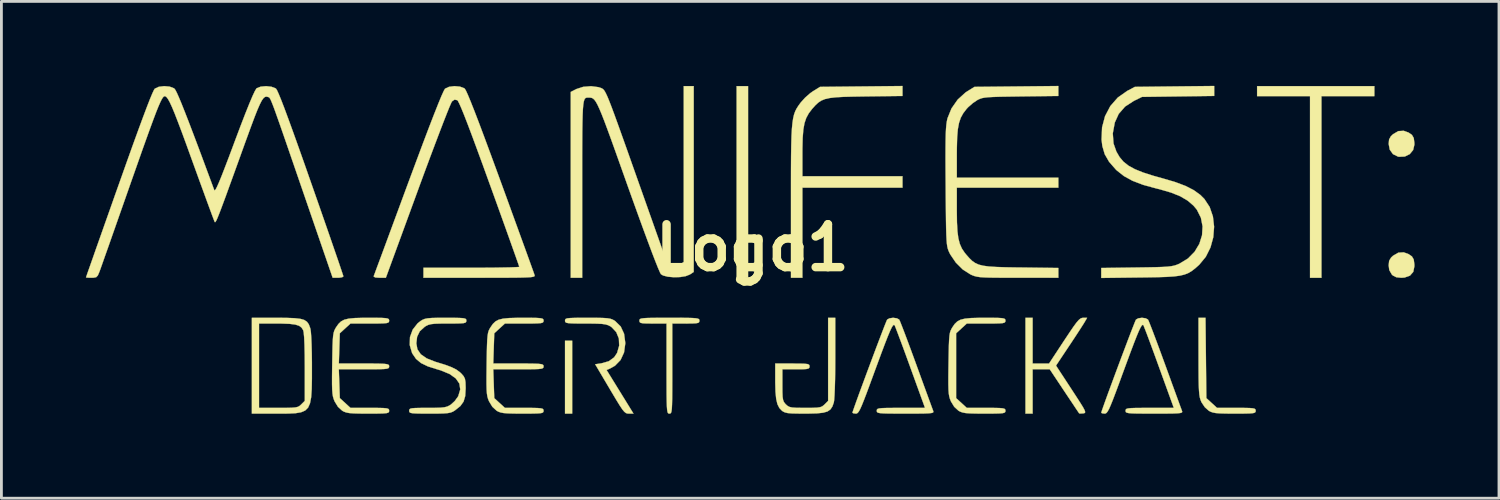
<source format=kicad_pcb>
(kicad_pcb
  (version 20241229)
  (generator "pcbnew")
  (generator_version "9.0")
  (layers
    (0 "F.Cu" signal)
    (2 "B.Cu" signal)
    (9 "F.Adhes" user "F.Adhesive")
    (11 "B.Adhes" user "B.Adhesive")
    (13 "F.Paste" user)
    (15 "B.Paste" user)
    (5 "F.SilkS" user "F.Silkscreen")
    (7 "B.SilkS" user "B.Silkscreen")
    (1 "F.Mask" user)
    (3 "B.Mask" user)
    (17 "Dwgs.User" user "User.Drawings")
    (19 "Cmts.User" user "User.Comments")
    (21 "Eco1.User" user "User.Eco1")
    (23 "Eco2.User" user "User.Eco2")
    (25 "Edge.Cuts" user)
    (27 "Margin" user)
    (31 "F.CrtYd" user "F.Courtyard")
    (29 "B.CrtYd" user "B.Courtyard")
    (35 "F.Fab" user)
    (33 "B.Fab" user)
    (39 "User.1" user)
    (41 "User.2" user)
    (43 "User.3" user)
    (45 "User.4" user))
  (footprint "Logo1"
    (layer "F.Cu")
    (at 23.678 5.751)
    (property "Reference" "Logo1" (at 0 0 0) (layer "F.SilkS") (effects (font (size 1.524 1.524) (thickness 0.3))))
    (attr through_hole)
    (fp_poly (pts (xy -6.401 5.893) (xy -6.655 5.893) (xy -6.655 3.302) (xy -6.401 3.302) (xy -6.401 5.893)) (stroke (width 0.01) (type solid)) (fill yes) (layer "F.SilkS"))
    (fp_poly (pts (xy -0.152 1.067) (xy -0.559 1.067) (xy -0.559 -5.74) (xy -0.152 -5.74) (xy -0.152 1.067)) (stroke (width 0.01) (type solid)) (fill yes) (layer "F.SilkS"))
    (fp_poly (pts (xy 22.098 -5.385) (xy 20.218 -5.385) (xy 20.218 1.067) (xy 19.812 1.067) (xy 19.812 -5.385) (xy 17.932 -5.385) (xy 17.932 -5.74) (xy 22.098 -5.74) (xy 22.098 -5.385)) (stroke (width 0.01) (type solid)) (fill yes) (layer "F.SilkS"))
    (fp_poly (pts (xy 23.314 -4.091) (xy 23.433 -4.009) (xy 23.497 -3.898) (xy 23.519 -3.727) (xy 23.52 -3.662) (xy 23.475 -3.472) (xy 23.355 -3.326) (xy 23.18 -3.24) (xy 22.973 -3.231) (xy 22.936 -3.238) (xy 22.758 -3.326) (xy 22.644 -3.485) (xy 22.606 -3.687) (xy 22.621 -3.846) (xy 22.683 -3.959) (xy 22.762 -4.034) (xy 22.949 -4.143) (xy 23.142 -4.154) (xy 23.314 -4.091)) (stroke (width 0.01) (type solid)) (fill yes) (layer "F.SilkS"))
    (fp_poly (pts (xy 23.314 0.227) (xy 23.433 0.309) (xy 23.497 0.42) (xy 23.519 0.591) (xy 23.52 0.656) (xy 23.481 0.855) (xy 23.363 0.991) (xy 23.171 1.059) (xy 23.056 1.067) (xy 22.879 1.049) (xy 22.757 0.988) (xy 22.716 0.949) (xy 22.627 0.792) (xy 22.606 0.624) (xy 22.623 0.465) (xy 22.691 0.35) (xy 22.762 0.284) (xy 22.949 0.175) (xy 23.142 0.164) (xy 23.314 0.227)) (stroke (width 0.01) (type solid)) (fill yes) (layer "F.SilkS"))
    (fp_poly (pts (xy 16.114 3.916) (xy 16.129 5.342) (xy 16.319 5.516) (xy 16.509 5.69) (xy 17.195 5.69) (xy 17.471 5.69) (xy 17.661 5.694) (xy 17.781 5.704) (xy 17.847 5.721) (xy 17.876 5.749) (xy 17.882 5.789) (xy 17.882 5.791) (xy 17.877 5.831) (xy 17.851 5.858) (xy 17.79 5.876) (xy 17.679 5.886) (xy 17.502 5.891) (xy 17.243 5.893) (xy 17.132 5.893) (xy 16.833 5.891) (xy 16.616 5.885) (xy 16.463 5.873) (xy 16.354 5.852) (xy 16.27 5.821) (xy 16.215 5.79) (xy 16.075 5.666) (xy 15.96 5.495) (xy 15.949 5.473) (xy 15.92 5.4) (xy 15.897 5.319) (xy 15.88 5.216) (xy 15.868 5.077) (xy 15.859 4.891) (xy 15.854 4.643) (xy 15.852 4.321) (xy 15.851 3.911) (xy 15.851 3.873) (xy 15.85 2.489) (xy 16.099 2.489) (xy 16.114 3.916)) (stroke (width 0.01) (type solid)) (fill yes) (layer "F.SilkS"))
    (fp_poly (pts (xy 9.957 4.115) (xy 10.541 4.113) (xy 11.074 3.302) (xy 11.263 3.018) (xy 11.406 2.808) (xy 11.513 2.662) (xy 11.594 2.569) (xy 11.657 2.516) (xy 11.712 2.494) (xy 11.75 2.49) (xy 11.893 2.489) (xy 11.801 2.647) (xy 11.742 2.742) (xy 11.638 2.904) (xy 11.502 3.113) (xy 11.345 3.351) (xy 11.249 3.495) (xy 10.788 4.187) (xy 11.338 5.027) (xy 11.525 5.314) (xy 11.662 5.527) (xy 11.754 5.677) (xy 11.806 5.777) (xy 11.824 5.836) (xy 11.814 5.867) (xy 11.78 5.88) (xy 11.756 5.884) (xy 11.653 5.891) (xy 11.61 5.884) (xy 11.579 5.838) (xy 11.501 5.722) (xy 11.385 5.548) (xy 11.239 5.33) (xy 11.081 5.093) (xy 10.565 4.318) (xy 9.957 4.318) (xy 9.957 5.893) (xy 9.703 5.893) (xy 9.703 2.489) (xy 9.957 2.489) (xy 9.957 4.115)) (stroke (width 0.01) (type solid)) (fill yes) (layer "F.SilkS"))
    (fp_poly (pts (xy 5.334 -5.392) (xy 4.026 -5.376) (xy 3.587 -5.369) (xy 3.237 -5.36) (xy 2.962 -5.344) (xy 2.748 -5.319) (xy 2.583 -5.282) (xy 2.452 -5.229) (xy 2.343 -5.157) (xy 2.242 -5.064) (xy 2.135 -4.945) (xy 2.121 -4.929) (xy 2.004 -4.775) (xy 1.915 -4.612) (xy 1.852 -4.424) (xy 1.811 -4.193) (xy 1.788 -3.902) (xy 1.779 -3.533) (xy 1.778 -3.372) (xy 1.778 -2.54) (xy 5.334 -2.54) (xy 5.334 -2.134) (xy 1.778 -2.134) (xy 1.778 1.067) (xy 1.372 1.067) (xy 1.372 -1.635) (xy 1.372 -2.27) (xy 1.373 -2.811) (xy 1.376 -3.269) (xy 1.382 -3.651) (xy 1.391 -3.967) (xy 1.405 -4.224) (xy 1.425 -4.432) (xy 1.45 -4.6) (xy 1.482 -4.735) (xy 1.523 -4.848) (xy 1.572 -4.946) (xy 1.631 -5.038) (xy 1.7 -5.133) (xy 1.72 -5.16) (xy 1.873 -5.33) (xy 2.056 -5.491) (xy 2.156 -5.561) (xy 2.405 -5.715) (xy 5.334 -5.745) (xy 5.334 -5.392)) (stroke (width 0.01) (type solid)) (fill yes) (layer "F.SilkS"))
    (fp_poly (pts (xy -2.592 2.49) (xy -2.326 2.491) (xy -2.136 2.496) (xy -2.009 2.505) (xy -1.933 2.519) (xy -1.895 2.539) (xy -1.881 2.567) (xy -1.88 2.591) (xy -1.887 2.638) (xy -1.921 2.668) (xy -2.002 2.684) (xy -2.147 2.691) (xy -2.362 2.692) (xy -2.845 2.692) (xy -2.845 4.293) (xy -2.845 4.737) (xy -2.846 5.091) (xy -2.848 5.364) (xy -2.853 5.567) (xy -2.86 5.71) (xy -2.871 5.803) (xy -2.886 5.858) (xy -2.906 5.884) (xy -2.931 5.892) (xy -2.946 5.893) (xy -2.975 5.89) (xy -2.997 5.874) (xy -3.014 5.836) (xy -3.027 5.763) (xy -3.036 5.647) (xy -3.042 5.476) (xy -3.046 5.241) (xy -3.047 4.93) (xy -3.048 4.533) (xy -3.048 4.293) (xy -3.048 2.692) (xy -3.531 2.692) (xy -3.755 2.691) (xy -3.896 2.684) (xy -3.974 2.667) (xy -4.007 2.636) (xy -4.013 2.591) (xy -4.009 2.557) (xy -3.989 2.532) (xy -3.94 2.514) (xy -3.849 2.502) (xy -3.704 2.494) (xy -3.491 2.491) (xy -3.198 2.489) (xy -2.946 2.489) (xy -2.592 2.49)) (stroke (width 0.01) (type solid)) (fill yes) (layer "F.SilkS"))
    (fp_poly (pts (xy -16.535 2.492) (xy -16.261 2.503) (xy -16.06 2.526) (xy -15.918 2.567) (xy -15.822 2.631) (xy -15.758 2.72) (xy -15.712 2.842) (xy -15.699 2.885) (xy -15.684 2.991) (xy -15.67 3.181) (xy -15.659 3.436) (xy -15.651 3.739) (xy -15.647 4.072) (xy -15.647 4.191) (xy -15.647 4.651) (xy -15.654 5.02) (xy -15.673 5.307) (xy -15.714 5.524) (xy -15.782 5.679) (xy -15.886 5.783) (xy -16.034 5.846) (xy -16.232 5.879) (xy -16.487 5.891) (xy -16.808 5.893) (xy -16.898 5.893) (xy -17.78 5.893) (xy -17.78 2.692) (xy -17.526 2.692) (xy -17.526 5.69) (xy -16.838 5.69) (xy -16.56 5.689) (xy -16.365 5.684) (xy -16.234 5.673) (xy -16.147 5.653) (xy -16.086 5.62) (xy -16.032 5.572) (xy -16.025 5.565) (xy -15.9 5.44) (xy -15.9 4.246) (xy -15.903 3.808) (xy -15.911 3.451) (xy -15.923 3.18) (xy -15.94 3.002) (xy -15.957 2.929) (xy -16.015 2.838) (xy -16.104 2.772) (xy -16.24 2.729) (xy -16.438 2.704) (xy -16.713 2.694) (xy -16.893 2.692) (xy -17.526 2.692) (xy -17.78 2.692) (xy -17.78 2.489) (xy -16.898 2.489) (xy -16.535 2.492)) (stroke (width 0.01) (type solid)) (fill yes) (layer "F.SilkS"))
    (fp_poly (pts (xy -5.543 2.49) (xy -5.32 2.494) (xy -5.163 2.504) (xy -5.053 2.521) (xy -4.972 2.548) (xy -4.902 2.586) (xy -4.876 2.603) (xy -4.677 2.798) (xy -4.557 3.056) (xy -4.514 3.379) (xy -4.514 3.399) (xy -4.558 3.72) (xy -4.681 3.987) (xy -4.879 4.191) (xy -5.056 4.291) (xy -5.179 4.343) (xy -4.701 5.118) (xy -4.223 5.893) (xy -4.385 5.893) (xy -4.443 5.889) (xy -4.495 5.871) (xy -4.55 5.826) (xy -4.618 5.744) (xy -4.706 5.613) (xy -4.824 5.422) (xy -4.981 5.159) (xy -5.066 5.016) (xy -5.584 4.14) (xy -5.363 4.107) (xy -5.099 4.032) (xy -4.909 3.893) (xy -4.805 3.736) (xy -4.731 3.479) (xy -4.742 3.225) (xy -4.835 2.998) (xy -5.002 2.82) (xy -5.044 2.792) (xy -5.122 2.752) (xy -5.215 2.724) (xy -5.341 2.706) (xy -5.521 2.697) (xy -5.773 2.693) (xy -5.931 2.693) (xy -6.215 2.692) (xy -6.413 2.688) (xy -6.541 2.679) (xy -6.613 2.663) (xy -6.646 2.638) (xy -6.655 2.601) (xy -6.655 2.591) (xy -6.65 2.553) (xy -6.626 2.525) (xy -6.568 2.507) (xy -6.461 2.497) (xy -6.29 2.491) (xy -6.042 2.489) (xy -5.85 2.489) (xy -5.543 2.49)) (stroke (width 0.01) (type solid)) (fill yes) (layer "F.SilkS"))
    (fp_poly (pts (xy 2.946 3.899) (xy 2.944 4.303) (xy 2.939 4.67) (xy 2.93 4.988) (xy 2.919 5.242) (xy 2.906 5.419) (xy 2.894 5.497) (xy 2.843 5.641) (xy 2.773 5.745) (xy 2.669 5.817) (xy 2.514 5.861) (xy 2.294 5.884) (xy 1.993 5.892) (xy 1.88 5.893) (xy 1.595 5.891) (xy 1.393 5.886) (xy 1.254 5.873) (xy 1.16 5.851) (xy 1.09 5.818) (xy 1.05 5.789) (xy 0.958 5.692) (xy 0.891 5.558) (xy 0.847 5.372) (xy 0.822 5.118) (xy 0.813 4.782) (xy 0.813 4.712) (xy 0.813 4.115) (xy 1.422 4.115) (xy 1.68 4.116) (xy 1.852 4.121) (xy 1.957 4.132) (xy 2.011 4.153) (xy 2.03 4.186) (xy 2.032 4.216) (xy 2.025 4.264) (xy 1.99 4.293) (xy 1.91 4.31) (xy 1.765 4.317) (xy 1.549 4.318) (xy 1.067 4.318) (xy 1.067 4.879) (xy 1.068 5.127) (xy 1.075 5.296) (xy 1.092 5.406) (xy 1.122 5.481) (xy 1.169 5.542) (xy 1.191 5.565) (xy 1.253 5.62) (xy 1.32 5.655) (xy 1.414 5.676) (xy 1.558 5.686) (xy 1.774 5.689) (xy 1.88 5.69) (xy 2.128 5.688) (xy 2.297 5.681) (xy 2.408 5.665) (xy 2.483 5.635) (xy 2.544 5.588) (xy 2.568 5.565) (xy 2.692 5.44) (xy 2.692 2.489) (xy 2.946 2.489) (xy 2.946 3.899)) (stroke (width 0.01) (type solid)) (fill yes) (layer "F.SilkS"))
    (fp_poly (pts (xy 8.54 2.49) (xy 8.742 2.493) (xy 8.872 2.502) (xy 8.947 2.517) (xy 8.982 2.542) (xy 8.991 2.578) (xy 8.992 2.591) (xy 8.986 2.632) (xy 8.959 2.66) (xy 8.895 2.678) (xy 8.778 2.687) (xy 8.591 2.692) (xy 8.32 2.692) (xy 8.305 2.692) (xy 7.619 2.692) (xy 7.429 2.866) (xy 7.239 3.04) (xy 7.239 5.342) (xy 7.429 5.516) (xy 7.619 5.69) (xy 8.305 5.69) (xy 8.581 5.69) (xy 8.771 5.694) (xy 8.891 5.704) (xy 8.957 5.721) (xy 8.986 5.749) (xy 8.992 5.789) (xy 8.992 5.791) (xy 8.987 5.831) (xy 8.961 5.858) (xy 8.9 5.876) (xy 8.789 5.886) (xy 8.612 5.891) (xy 8.353 5.893) (xy 8.242 5.893) (xy 7.943 5.891) (xy 7.727 5.885) (xy 7.573 5.873) (xy 7.464 5.852) (xy 7.381 5.821) (xy 7.324 5.79) (xy 7.172 5.651) (xy 7.054 5.457) (xy 7.021 5.374) (xy 6.996 5.286) (xy 6.978 5.179) (xy 6.968 5.038) (xy 6.963 4.846) (xy 6.963 4.588) (xy 6.967 4.249) (xy 6.969 4.125) (xy 6.975 3.761) (xy 6.981 3.484) (xy 6.99 3.279) (xy 7.002 3.13) (xy 7.019 3.024) (xy 7.044 2.944) (xy 7.077 2.877) (xy 7.104 2.831) (xy 7.189 2.708) (xy 7.282 2.619) (xy 7.398 2.557) (xy 7.555 2.519) (xy 7.77 2.498) (xy 8.06 2.49) (xy 8.252 2.489) (xy 8.54 2.49)) (stroke (width 0.01) (type solid)) (fill yes) (layer "F.SilkS"))
    (fp_poly (pts (xy -2.083 0.861) (xy -2.22 0.951) (xy -2.366 1.009) (xy -2.567 1.042) (xy -2.788 1.048) (xy -3 1.03) (xy -3.169 0.987) (xy -3.248 0.94) (xy -3.284 0.872) (xy -3.352 0.715) (xy -3.448 0.475) (xy -3.57 0.158) (xy -3.715 -0.23) (xy -3.882 -0.682) (xy -4.067 -1.191) (xy -4.269 -1.751) (xy -4.427 -2.193) (xy -4.649 -2.818) (xy -4.84 -3.354) (xy -5.003 -3.808) (xy -5.141 -4.186) (xy -5.257 -4.497) (xy -5.354 -4.745) (xy -5.436 -4.939) (xy -5.504 -5.085) (xy -5.563 -5.189) (xy -5.615 -5.26) (xy -5.664 -5.303) (xy -5.712 -5.325) (xy -5.762 -5.333) (xy -5.819 -5.334) (xy -5.834 -5.334) (xy -5.877 -5.333) (xy -5.913 -5.325) (xy -5.944 -5.302) (xy -5.969 -5.258) (xy -5.99 -5.185) (xy -6.007 -5.075) (xy -6.02 -4.922) (xy -6.029 -4.718) (xy -6.036 -4.455) (xy -6.041 -4.127) (xy -6.043 -3.726) (xy -6.045 -3.244) (xy -6.045 -2.675) (xy -6.045 -2.073) (xy -6.045 1.067) (xy -6.452 1.067) (xy -6.452 -5.535) (xy -6.25 -5.638) (xy -6.009 -5.716) (xy -5.73 -5.739) (xy -5.464 -5.704) (xy -5.369 -5.672) (xy -5.336 -5.656) (xy -5.304 -5.634) (xy -5.271 -5.6) (xy -5.235 -5.545) (xy -5.192 -5.462) (xy -5.139 -5.346) (xy -5.075 -5.188) (xy -4.995 -4.981) (xy -4.898 -4.72) (xy -4.78 -4.395) (xy -4.639 -4.001) (xy -4.471 -3.531) (xy -4.275 -2.977) (xy -4.114 -2.522) (xy -3.023 0.558) (xy -2.856 0.614) (xy -2.717 0.643) (xy -2.608 0.614) (xy -2.563 0.588) (xy -2.438 0.506) (xy -2.438 -5.74) (xy -2.083 -5.74) (xy -2.083 0.861)) (stroke (width 0.01) (type solid)) (fill yes) (layer "F.SilkS"))
    (fp_poly (pts (xy 16.408 -5.393) (xy 13.843 -5.359) (xy 13.552 -5.216) (xy 13.242 -5.015) (xy 13.016 -4.756) (xy 12.876 -4.448) (xy 12.805 -4.062) (xy 12.831 -3.704) (xy 12.933 -3.415) (xy 13.046 -3.221) (xy 13.184 -3.057) (xy 13.36 -2.917) (xy 13.587 -2.792) (xy 13.878 -2.674) (xy 14.247 -2.556) (xy 14.574 -2.465) (xy 15.026 -2.332) (xy 15.39 -2.195) (xy 15.681 -2.046) (xy 15.912 -1.879) (xy 16.057 -1.735) (xy 16.247 -1.447) (xy 16.362 -1.111) (xy 16.404 -0.746) (xy 16.375 -0.373) (xy 16.276 -0.011) (xy 16.11 0.321) (xy 15.877 0.603) (xy 15.867 0.612) (xy 15.735 0.73) (xy 15.614 0.824) (xy 15.492 0.897) (xy 15.354 0.952) (xy 15.188 0.992) (xy 14.978 1.019) (xy 14.713 1.036) (xy 14.379 1.047) (xy 13.961 1.054) (xy 13.78 1.056) (xy 12.395 1.073) (xy 12.395 0.719) (xy 13.652 0.702) (xy 14.045 0.696) (xy 14.351 0.69) (xy 14.584 0.682) (xy 14.758 0.671) (xy 14.889 0.655) (xy 14.991 0.634) (xy 15.078 0.606) (xy 15.165 0.57) (xy 15.175 0.565) (xy 15.476 0.382) (xy 15.712 0.142) (xy 15.88 -0.138) (xy 15.976 -0.444) (xy 15.995 -0.758) (xy 15.935 -1.066) (xy 15.792 -1.351) (xy 15.672 -1.495) (xy 15.462 -1.675) (xy 15.202 -1.828) (xy 14.876 -1.959) (xy 14.469 -2.078) (xy 14.345 -2.108) (xy 13.884 -2.234) (xy 13.508 -2.377) (xy 13.202 -2.545) (xy 12.948 -2.745) (xy 12.908 -2.784) (xy 12.673 -3.054) (xy 12.519 -3.321) (xy 12.433 -3.615) (xy 12.406 -3.843) (xy 12.424 -4.275) (xy 12.53 -4.675) (xy 12.718 -5.033) (xy 12.982 -5.335) (xy 13.315 -5.57) (xy 13.33 -5.578) (xy 13.589 -5.715) (xy 14.999 -5.731) (xy 16.408 -5.746) (xy 16.408 -5.393)) (stroke (width 0.01) (type solid)) (fill yes) (layer "F.SilkS"))
    (fp_poly (pts (xy -13.355 2.49) (xy -13.153 2.493) (xy -13.023 2.502) (xy -12.948 2.517) (xy -12.913 2.542) (xy -12.903 2.578) (xy -12.903 2.591) (xy -12.909 2.632) (xy -12.936 2.66) (xy -13 2.678) (xy -13.117 2.687) (xy -13.304 2.692) (xy -13.575 2.692) (xy -13.59 2.692) (xy -14.276 2.692) (xy -14.466 2.866) (xy -14.656 3.04) (xy -14.673 3.577) (xy -14.69 4.115) (xy -13.797 4.115) (xy -13.476 4.115) (xy -13.243 4.118) (xy -13.083 4.124) (xy -12.984 4.136) (xy -12.93 4.154) (xy -12.907 4.18) (xy -12.903 4.216) (xy -12.908 4.253) (xy -12.93 4.279) (xy -12.985 4.298) (xy -13.085 4.309) (xy -13.246 4.315) (xy -13.48 4.318) (xy -13.797 4.318) (xy -14.691 4.318) (xy -14.673 4.83) (xy -14.656 5.342) (xy -14.466 5.516) (xy -14.276 5.69) (xy -13.59 5.69) (xy -13.314 5.69) (xy -13.124 5.694) (xy -13.004 5.704) (xy -12.937 5.721) (xy -12.909 5.749) (xy -12.903 5.789) (xy -12.903 5.791) (xy -12.908 5.831) (xy -12.934 5.858) (xy -12.994 5.876) (xy -13.106 5.886) (xy -13.283 5.891) (xy -13.542 5.893) (xy -13.652 5.893) (xy -13.952 5.891) (xy -14.168 5.885) (xy -14.322 5.873) (xy -14.43 5.852) (xy -14.514 5.821) (xy -14.57 5.79) (xy -14.722 5.651) (xy -14.841 5.457) (xy -14.874 5.374) (xy -14.899 5.286) (xy -14.916 5.179) (xy -14.927 5.038) (xy -14.932 4.846) (xy -14.932 4.588) (xy -14.928 4.249) (xy -14.926 4.125) (xy -14.92 3.761) (xy -14.914 3.484) (xy -14.905 3.279) (xy -14.893 3.13) (xy -14.875 3.024) (xy -14.851 2.944) (xy -14.818 2.877) (xy -14.791 2.831) (xy -14.705 2.708) (xy -14.613 2.619) (xy -14.497 2.557) (xy -14.34 2.519) (xy -14.125 2.498) (xy -13.835 2.49) (xy -13.642 2.489) (xy -13.355 2.49)) (stroke (width 0.01) (type solid)) (fill yes) (layer "F.SilkS"))
    (fp_poly (pts (xy -7.868 2.49) (xy -7.667 2.493) (xy -7.536 2.502) (xy -7.461 2.517) (xy -7.427 2.542) (xy -7.417 2.578) (xy -7.417 2.591) (xy -7.422 2.632) (xy -7.449 2.66) (xy -7.513 2.678) (xy -7.631 2.687) (xy -7.817 2.692) (xy -8.089 2.692) (xy -8.103 2.692) (xy -8.79 2.692) (xy -8.98 2.866) (xy -9.169 3.04) (xy -9.187 3.577) (xy -9.204 4.115) (xy -8.31 4.115) (xy -7.99 4.115) (xy -7.756 4.118) (xy -7.597 4.124) (xy -7.497 4.136) (xy -7.443 4.154) (xy -7.421 4.18) (xy -7.417 4.216) (xy -7.421 4.253) (xy -7.444 4.279) (xy -7.498 4.298) (xy -7.599 4.309) (xy -7.759 4.315) (xy -7.994 4.318) (xy -8.311 4.318) (xy -9.204 4.318) (xy -9.187 4.83) (xy -9.169 5.342) (xy -8.98 5.516) (xy -8.79 5.69) (xy -8.103 5.69) (xy -7.828 5.69) (xy -7.638 5.694) (xy -7.517 5.704) (xy -7.451 5.721) (xy -7.423 5.749) (xy -7.417 5.789) (xy -7.417 5.791) (xy -7.422 5.831) (xy -7.447 5.858) (xy -7.508 5.876) (xy -7.619 5.886) (xy -7.797 5.891) (xy -8.055 5.893) (xy -8.166 5.893) (xy -8.465 5.891) (xy -8.682 5.885) (xy -8.835 5.873) (xy -8.944 5.852) (xy -9.028 5.821) (xy -9.084 5.79) (xy -9.236 5.651) (xy -9.354 5.457) (xy -9.388 5.374) (xy -9.413 5.286) (xy -9.43 5.179) (xy -9.44 5.038) (xy -9.445 4.846) (xy -9.445 4.588) (xy -9.441 4.249) (xy -9.44 4.125) (xy -9.434 3.761) (xy -9.427 3.484) (xy -9.419 3.279) (xy -9.406 3.13) (xy -9.389 3.024) (xy -9.365 2.944) (xy -9.332 2.877) (xy -9.304 2.831) (xy -9.219 2.708) (xy -9.127 2.619) (xy -9.011 2.557) (xy -8.854 2.519) (xy -8.639 2.498) (xy -8.348 2.49) (xy -8.156 2.489) (xy -7.868 2.49)) (stroke (width 0.01) (type solid)) (fill yes) (layer "F.SilkS"))
    (fp_poly (pts (xy 5.133 2.507) (xy 5.216 2.551) (xy 5.217 2.553) (xy 5.246 2.614) (xy 5.304 2.76) (xy 5.388 2.977) (xy 5.493 3.255) (xy 5.614 3.58) (xy 5.747 3.942) (xy 5.829 4.166) (xy 5.966 4.544) (xy 6.094 4.895) (xy 6.208 5.206) (xy 6.302 5.464) (xy 6.373 5.658) (xy 6.417 5.776) (xy 6.427 5.804) (xy 6.433 5.834) (xy 6.415 5.857) (xy 6.361 5.872) (xy 6.257 5.883) (xy 6.093 5.889) (xy 5.855 5.892) (xy 5.53 5.893) (xy 5.441 5.893) (xy 5.095 5.892) (xy 4.837 5.89) (xy 4.655 5.885) (xy 4.535 5.876) (xy 4.465 5.861) (xy 4.431 5.84) (xy 4.42 5.81) (xy 4.42 5.791) (xy 4.424 5.754) (xy 4.447 5.727) (xy 4.503 5.709) (xy 4.606 5.698) (xy 4.771 5.692) (xy 5.011 5.69) (xy 5.277 5.69) (xy 6.134 5.69) (xy 5.606 4.233) (xy 5.474 3.869) (xy 5.352 3.536) (xy 5.244 3.247) (xy 5.156 3.013) (xy 5.092 2.846) (xy 5.055 2.757) (xy 5.05 2.747) (xy 5.025 2.74) (xy 4.992 2.768) (xy 4.948 2.839) (xy 4.89 2.962) (xy 4.814 3.144) (xy 4.716 3.394) (xy 4.593 3.719) (xy 4.442 4.127) (xy 4.344 4.393) (xy 4.19 4.812) (xy 4.067 5.145) (xy 3.968 5.403) (xy 3.892 5.593) (xy 3.832 5.728) (xy 3.784 5.815) (xy 3.745 5.865) (xy 3.71 5.888) (xy 3.676 5.893) (xy 3.584 5.881) (xy 3.556 5.861) (xy 3.573 5.803) (xy 3.622 5.662) (xy 3.696 5.454) (xy 3.791 5.191) (xy 3.903 4.888) (xy 4.025 4.557) (xy 4.153 4.213) (xy 4.282 3.868) (xy 4.406 3.537) (xy 4.522 3.232) (xy 4.623 2.968) (xy 4.704 2.758) (xy 4.762 2.615) (xy 4.789 2.553) (xy 4.79 2.553) (xy 4.871 2.508) (xy 5 2.489) (xy 5.004 2.489) (xy 5.133 2.507)) (stroke (width 0.01) (type solid)) (fill yes) (layer "F.SilkS"))
    (fp_poly (pts (xy 10.871 -5.392) (xy 9.538 -5.376) (xy 9.133 -5.37) (xy 8.816 -5.365) (xy 8.574 -5.357) (xy 8.393 -5.348) (xy 8.261 -5.334) (xy 8.163 -5.316) (xy 8.087 -5.291) (xy 8.018 -5.26) (xy 7.994 -5.247) (xy 7.831 -5.137) (xy 7.665 -4.991) (xy 7.608 -4.929) (xy 7.492 -4.778) (xy 7.404 -4.618) (xy 7.342 -4.435) (xy 7.3 -4.21) (xy 7.276 -3.927) (xy 7.266 -3.568) (xy 7.264 -3.347) (xy 7.264 -2.489) (xy 10.871 -2.489) (xy 10.871 -2.134) (xy 7.264 -2.134) (xy 7.264 -1.305) (xy 7.269 -0.904) (xy 7.286 -0.587) (xy 7.318 -0.338) (xy 7.37 -0.138) (xy 7.444 0.029) (xy 7.545 0.18) (xy 7.599 0.245) (xy 7.708 0.369) (xy 7.809 0.467) (xy 7.916 0.542) (xy 8.041 0.599) (xy 8.199 0.639) (xy 8.401 0.666) (xy 8.662 0.683) (xy 8.994 0.694) (xy 9.411 0.701) (xy 9.538 0.702) (xy 10.871 0.719) (xy 10.871 1.067) (xy 9.436 1.066) (xy 9.016 1.066) (xy 8.684 1.064) (xy 8.427 1.061) (xy 8.233 1.054) (xy 8.089 1.044) (xy 7.98 1.028) (xy 7.895 1.007) (xy 7.82 0.98) (xy 7.747 0.947) (xy 7.476 0.774) (xy 7.229 0.528) (xy 7.032 0.238) (xy 6.992 0.159) (xy 6.965 0.097) (xy 6.943 0.033) (xy 6.925 -0.045) (xy 6.911 -0.145) (xy 6.9 -0.28) (xy 6.891 -0.458) (xy 6.884 -0.689) (xy 6.879 -0.985) (xy 6.875 -1.355) (xy 6.87 -1.809) (xy 6.868 -2.184) (xy 6.864 -2.718) (xy 6.862 -3.16) (xy 6.863 -3.521) (xy 6.866 -3.811) (xy 6.871 -4.042) (xy 6.88 -4.222) (xy 6.892 -4.364) (xy 6.907 -4.476) (xy 6.926 -4.569) (xy 6.934 -4.601) (xy 7.075 -4.949) (xy 7.295 -5.263) (xy 7.572 -5.515) (xy 7.642 -5.561) (xy 7.891 -5.715) (xy 9.381 -5.73) (xy 10.871 -5.745) (xy 10.871 -5.392)) (stroke (width 0.01) (type solid)) (fill yes) (layer "F.SilkS"))
    (fp_poly (pts (xy 13.972 2.507) (xy 14.055 2.551) (xy 14.056 2.553) (xy 14.085 2.614) (xy 14.143 2.76) (xy 14.227 2.977) (xy 14.332 3.255) (xy 14.453 3.58) (xy 14.586 3.942) (xy 14.668 4.166) (xy 14.806 4.544) (xy 14.933 4.895) (xy 15.047 5.206) (xy 15.141 5.464) (xy 15.212 5.658) (xy 15.256 5.776) (xy 15.266 5.804) (xy 15.272 5.834) (xy 15.254 5.857) (xy 15.2 5.872) (xy 15.097 5.883) (xy 14.932 5.889) (xy 14.694 5.892) (xy 14.369 5.893) (xy 14.28 5.893) (xy 13.934 5.892) (xy 13.676 5.89) (xy 13.494 5.885) (xy 13.375 5.876) (xy 13.304 5.861) (xy 13.27 5.84) (xy 13.26 5.81) (xy 13.259 5.791) (xy 13.263 5.754) (xy 13.287 5.727) (xy 13.343 5.709) (xy 13.446 5.698) (xy 13.61 5.692) (xy 13.85 5.69) (xy 14.116 5.69) (xy 14.973 5.69) (xy 14.445 4.233) (xy 14.313 3.869) (xy 14.191 3.536) (xy 14.084 3.247) (xy 13.996 3.013) (xy 13.931 2.846) (xy 13.895 2.757) (xy 13.889 2.747) (xy 13.864 2.74) (xy 13.831 2.768) (xy 13.788 2.839) (xy 13.729 2.962) (xy 13.653 3.144) (xy 13.555 3.394) (xy 13.432 3.719) (xy 13.281 4.127) (xy 13.183 4.393) (xy 13.03 4.812) (xy 12.906 5.145) (xy 12.808 5.403) (xy 12.731 5.593) (xy 12.671 5.728) (xy 12.623 5.815) (xy 12.584 5.865) (xy 12.549 5.888) (xy 12.515 5.893) (xy 12.423 5.881) (xy 12.395 5.861) (xy 12.412 5.803) (xy 12.461 5.662) (xy 12.535 5.454) (xy 12.63 5.191) (xy 12.742 4.888) (xy 12.864 4.557) (xy 12.992 4.213) (xy 13.121 3.868) (xy 13.246 3.537) (xy 13.361 3.232) (xy 13.462 2.968) (xy 13.544 2.758) (xy 13.601 2.615) (xy 13.629 2.553) (xy 13.629 2.553) (xy 13.71 2.508) (xy 13.839 2.489) (xy 13.843 2.489) (xy 13.972 2.507)) (stroke (width 0.01) (type solid)) (fill yes) (layer "F.SilkS"))
    (fp_poly (pts (xy -10.604 2.49) (xy -10.404 2.494) (xy -10.276 2.502) (xy -10.202 2.518) (xy -10.169 2.543) (xy -10.16 2.58) (xy -10.16 2.591) (xy -10.166 2.632) (xy -10.193 2.661) (xy -10.26 2.679) (xy -10.381 2.688) (xy -10.573 2.692) (xy -10.813 2.692) (xy -11.087 2.694) (xy -11.281 2.7) (xy -11.416 2.715) (xy -11.512 2.74) (xy -11.592 2.779) (xy -11.638 2.808) (xy -11.815 2.968) (xy -11.91 3.163) (xy -11.937 3.396) (xy -11.899 3.609) (xy -11.778 3.786) (xy -11.569 3.931) (xy -11.267 4.05) (xy -11.223 4.063) (xy -10.916 4.158) (xy -10.688 4.243) (xy -10.519 4.327) (xy -10.391 4.421) (xy -10.329 4.48) (xy -10.254 4.568) (xy -10.211 4.656) (xy -10.191 4.777) (xy -10.185 4.962) (xy -10.185 5.003) (xy -10.201 5.268) (xy -10.259 5.465) (xy -10.372 5.623) (xy -10.556 5.771) (xy -10.566 5.779) (xy -10.64 5.824) (xy -10.719 5.855) (xy -10.822 5.875) (xy -10.97 5.887) (xy -11.181 5.892) (xy -11.463 5.893) (xy -11.748 5.892) (xy -11.948 5.888) (xy -12.076 5.88) (xy -12.15 5.864) (xy -12.183 5.839) (xy -12.192 5.802) (xy -12.192 5.791) (xy -12.186 5.75) (xy -12.159 5.721) (xy -12.092 5.703) (xy -11.971 5.694) (xy -11.779 5.69) (xy -11.539 5.69) (xy -11.265 5.688) (xy -11.07 5.682) (xy -10.935 5.667) (xy -10.838 5.642) (xy -10.757 5.602) (xy -10.714 5.575) (xy -10.576 5.45) (xy -10.46 5.292) (xy -10.445 5.263) (xy -10.377 5.034) (xy -10.408 4.827) (xy -10.535 4.643) (xy -10.755 4.486) (xy -11.068 4.357) (xy -11.201 4.318) (xy -11.528 4.215) (xy -11.77 4.097) (xy -11.947 3.951) (xy -12.074 3.766) (xy -12.091 3.733) (xy -12.172 3.456) (xy -12.163 3.174) (xy -12.067 2.91) (xy -11.892 2.686) (xy -11.788 2.604) (xy -11.713 2.558) (xy -11.634 2.527) (xy -11.53 2.507) (xy -11.382 2.495) (xy -11.171 2.49) (xy -10.889 2.489) (xy -10.604 2.49)) (stroke (width 0.01) (type solid)) (fill yes) (layer "F.SilkS"))
    (fp_poly (pts (xy -10.39 -5.724) (xy -10.236 -5.666) (xy -10.218 -5.652) (xy -10.177 -5.586) (xy -10.107 -5.433) (xy -10.006 -5.19) (xy -9.874 -4.857) (xy -9.711 -4.432) (xy -9.517 -3.915) (xy -9.291 -3.305) (xy -9.032 -2.6) (xy -8.936 -2.337) (xy -8.736 -1.789) (xy -8.547 -1.267) (xy -8.37 -0.781) (xy -8.209 -0.337) (xy -8.066 0.056) (xy -7.945 0.39) (xy -7.849 0.657) (xy -7.78 0.848) (xy -7.742 0.957) (xy -7.735 0.978) (xy -7.734 1) (xy -7.75 1.019) (xy -7.792 1.033) (xy -7.87 1.045) (xy -7.994 1.053) (xy -8.171 1.059) (xy -8.412 1.063) (xy -8.725 1.065) (xy -9.12 1.066) (xy -9.605 1.067) (xy -9.697 1.067) (xy -11.684 1.067) (xy -11.684 0.711) (xy -9.982 0.711) (xy -9.578 0.71) (xy -9.208 0.708) (xy -8.884 0.703) (xy -8.618 0.698) (xy -8.422 0.691) (xy -8.306 0.684) (xy -8.28 0.678) (xy -8.297 0.625) (xy -8.346 0.486) (xy -8.423 0.267) (xy -8.526 -0.022) (xy -8.651 -0.374) (xy -8.796 -0.779) (xy -8.958 -1.23) (xy -9.134 -1.719) (xy -9.321 -2.237) (xy -9.335 -2.274) (xy -9.576 -2.941) (xy -9.787 -3.516) (xy -9.967 -4.002) (xy -10.118 -4.402) (xy -10.242 -4.72) (xy -10.34 -4.96) (xy -10.413 -5.124) (xy -10.462 -5.218) (xy -10.484 -5.242) (xy -10.579 -5.262) (xy -10.67 -5.199) (xy -10.702 -5.136) (xy -10.767 -4.986) (xy -10.859 -4.757) (xy -10.977 -4.457) (xy -11.116 -4.094) (xy -11.274 -3.678) (xy -11.448 -3.216) (xy -11.634 -2.716) (xy -11.829 -2.187) (xy -11.89 -2.019) (xy -13.02 1.067) (xy -13.246 1.067) (xy -13.393 1.057) (xy -13.45 1.026) (xy -13.449 1.003) (xy -13.427 0.946) (xy -13.374 0.801) (xy -13.291 0.577) (xy -13.181 0.282) (xy -13.048 -0.078) (xy -12.895 -0.492) (xy -12.724 -0.955) (xy -12.538 -1.458) (xy -12.341 -1.992) (xy -12.223 -2.311) (xy -11.944 -3.061) (xy -11.7 -3.714) (xy -11.488 -4.273) (xy -11.309 -4.736) (xy -11.163 -5.104) (xy -11.05 -5.379) (xy -10.969 -5.559) (xy -10.921 -5.646) (xy -10.915 -5.652) (xy -10.773 -5.717) (xy -10.583 -5.741) (xy -10.39 -5.724)) (stroke (width 0.01) (type solid)) (fill yes) (layer "F.SilkS"))
    (fp_poly (pts (xy -20.703 -5.724) (xy -20.55 -5.666) (xy -20.531 -5.652) (xy -20.496 -5.604) (xy -20.444 -5.502) (xy -20.372 -5.341) (xy -20.278 -5.117) (xy -20.162 -4.825) (xy -20.02 -4.461) (xy -19.852 -4.02) (xy -19.655 -3.498) (xy -19.429 -2.89) (xy -19.17 -2.192) (xy -19.116 -2.048) (xy -19.099 -2.037) (xy -19.067 -2.073) (xy -19.019 -2.164) (xy -18.952 -2.315) (xy -18.862 -2.533) (xy -18.748 -2.826) (xy -18.605 -3.199) (xy -18.432 -3.66) (xy -18.393 -3.766) (xy -18.188 -4.31) (xy -18.015 -4.759) (xy -17.872 -5.116) (xy -17.759 -5.383) (xy -17.675 -5.563) (xy -17.619 -5.656) (xy -17.607 -5.668) (xy -17.463 -5.723) (xy -17.274 -5.74) (xy -17.084 -5.719) (xy -16.939 -5.663) (xy -16.923 -5.652) (xy -16.886 -5.594) (xy -16.826 -5.462) (xy -16.74 -5.253) (xy -16.628 -4.963) (xy -16.49 -4.59) (xy -16.323 -4.132) (xy -16.127 -3.585) (xy -15.901 -2.947) (xy -15.673 -2.296) (xy -15.48 -1.745) (xy -15.297 -1.221) (xy -15.127 -0.733) (xy -14.973 -0.289) (xy -14.838 0.103) (xy -14.723 0.436) (xy -14.633 0.702) (xy -14.569 0.892) (xy -14.534 0.998) (xy -14.529 1.019) (xy -14.574 1.049) (xy -14.685 1.066) (xy -14.719 1.066) (xy -14.91 1.066) (xy -15.946 -1.944) (xy -16.17 -2.594) (xy -16.363 -3.155) (xy -16.528 -3.634) (xy -16.667 -4.036) (xy -16.783 -4.37) (xy -16.879 -4.64) (xy -16.955 -4.855) (xy -17.016 -5.02) (xy -17.064 -5.142) (xy -17.1 -5.229) (xy -17.128 -5.286) (xy -17.15 -5.321) (xy -17.168 -5.339) (xy -17.185 -5.349) (xy -17.203 -5.355) (xy -17.259 -5.369) (xy -17.311 -5.359) (xy -17.365 -5.317) (xy -17.425 -5.234) (xy -17.494 -5.101) (xy -17.578 -4.911) (xy -17.68 -4.654) (xy -17.804 -4.323) (xy -17.956 -3.907) (xy -18.032 -3.699) (xy -18.246 -3.105) (xy -18.428 -2.601) (xy -18.582 -2.178) (xy -18.708 -1.83) (xy -18.812 -1.55) (xy -18.894 -1.331) (xy -18.958 -1.166) (xy -19.006 -1.048) (xy -19.041 -0.971) (xy -19.066 -0.927) (xy -19.083 -0.909) (xy -19.095 -0.91) (xy -19.103 -0.921) (xy -19.127 -0.982) (xy -19.183 -1.129) (xy -19.265 -1.351) (xy -19.371 -1.639) (xy -19.496 -1.982) (xy -19.638 -2.371) (xy -19.792 -2.796) (xy -19.911 -3.124) (xy -20.105 -3.661) (xy -20.27 -4.11) (xy -20.409 -4.477) (xy -20.523 -4.77) (xy -20.617 -4.996) (xy -20.694 -5.163) (xy -20.757 -5.277) (xy -20.808 -5.347) (xy -20.852 -5.38) (xy -20.876 -5.384) (xy -20.905 -5.374) (xy -20.94 -5.339) (xy -20.981 -5.275) (xy -21.032 -5.173) (xy -21.096 -5.028) (xy -21.175 -4.832) (xy -21.271 -4.579) (xy -21.388 -4.262) (xy -21.528 -3.874) (xy -21.694 -3.41) (xy -21.887 -2.861) (xy -22.073 -2.334) (xy -22.259 -1.803) (xy -22.438 -1.295) (xy -22.605 -0.819) (xy -22.757 -0.386) (xy -22.892 -0.002) (xy -23.007 0.322) (xy -23.097 0.578) (xy -23.16 0.756) (xy -23.194 0.848) (xy -23.195 0.851) (xy -23.251 0.984) (xy -23.311 1.047) (xy -23.41 1.066) (xy -23.474 1.067) (xy -23.6 1.064) (xy -23.668 1.056) (xy -23.673 1.054) (xy -23.656 1.005) (xy -23.609 0.868) (xy -23.532 0.651) (xy -23.43 0.362) (xy -23.306 0.007) (xy -23.16 -0.404) (xy -22.998 -0.864) (xy -22.82 -1.366) (xy -22.631 -1.902) (xy -22.503 -2.261) (xy -22.244 -2.991) (xy -22.016 -3.628) (xy -21.818 -4.173) (xy -21.65 -4.628) (xy -21.511 -4.997) (xy -21.4 -5.282) (xy -21.315 -5.485) (xy -21.257 -5.608) (xy -21.228 -5.652) (xy -21.086 -5.717) (xy -20.896 -5.741) (xy -20.703 -5.724)) (stroke (width 0.01) (type solid)) (fill yes) (layer "F.SilkS")))
  (gr_rect
    (start -3 -3)
    (end 50.203 14.649)
    (stroke (width 0.1) (type default))
    (fill no)
    (layer "Edge.Cuts")))
</source>
